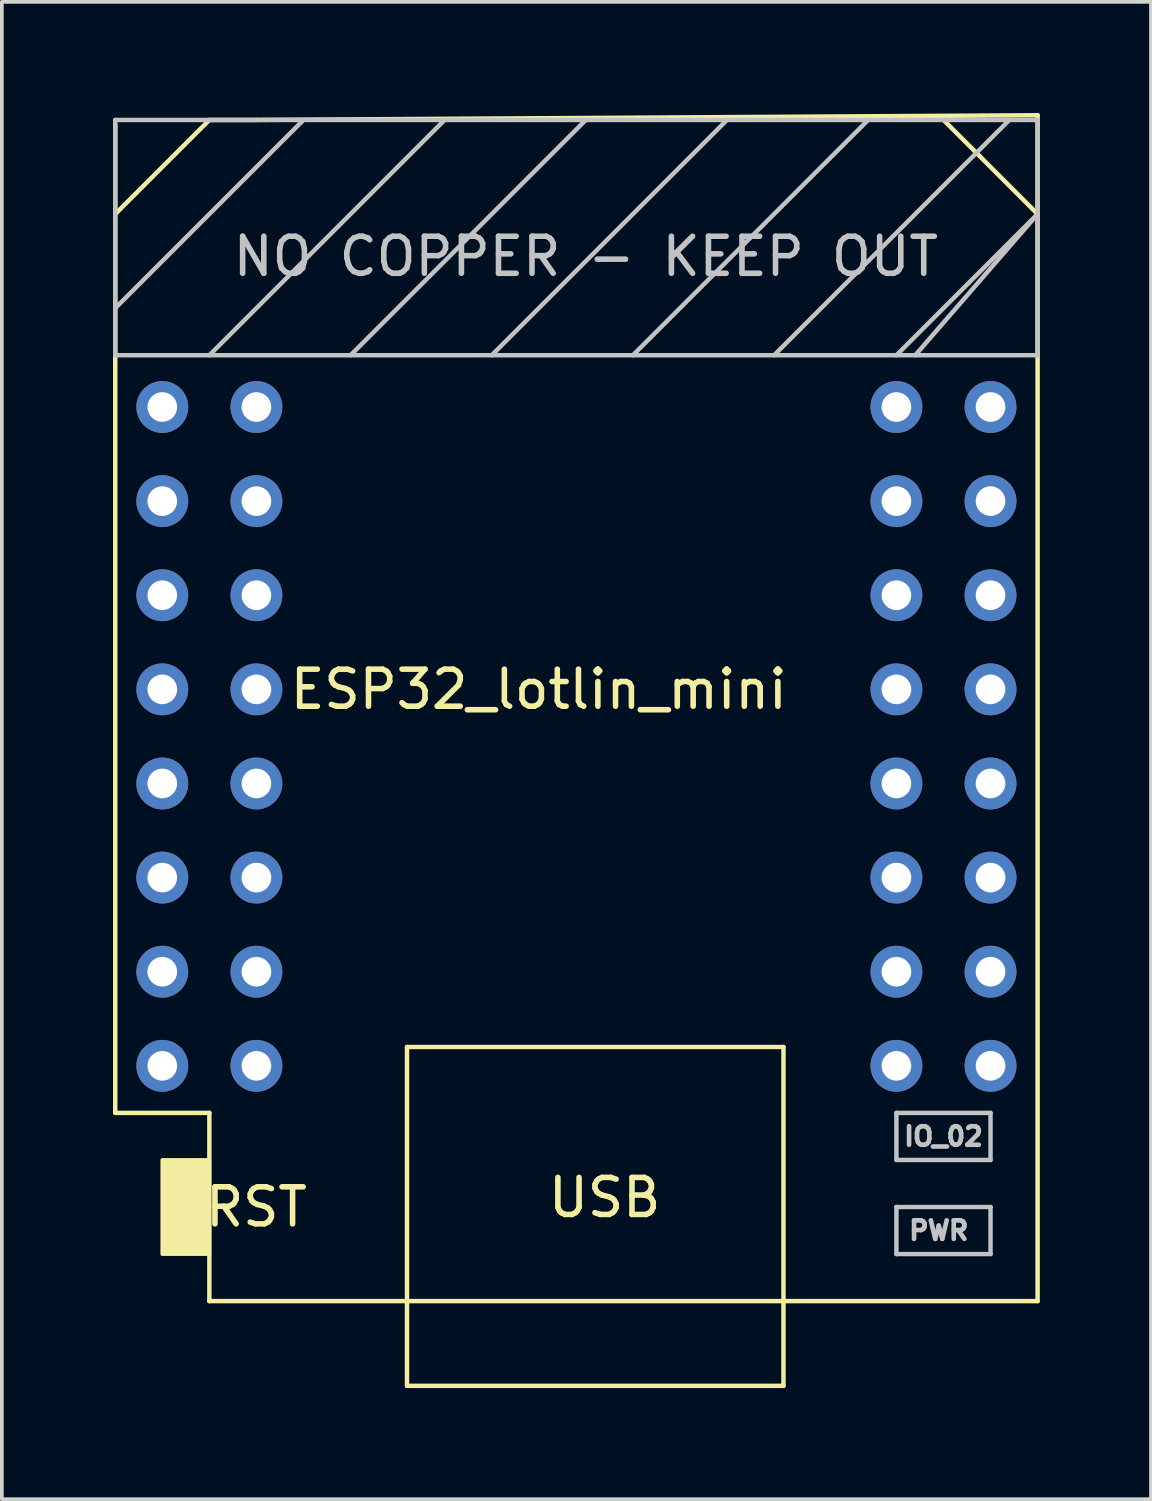
<source format=kicad_pcb>
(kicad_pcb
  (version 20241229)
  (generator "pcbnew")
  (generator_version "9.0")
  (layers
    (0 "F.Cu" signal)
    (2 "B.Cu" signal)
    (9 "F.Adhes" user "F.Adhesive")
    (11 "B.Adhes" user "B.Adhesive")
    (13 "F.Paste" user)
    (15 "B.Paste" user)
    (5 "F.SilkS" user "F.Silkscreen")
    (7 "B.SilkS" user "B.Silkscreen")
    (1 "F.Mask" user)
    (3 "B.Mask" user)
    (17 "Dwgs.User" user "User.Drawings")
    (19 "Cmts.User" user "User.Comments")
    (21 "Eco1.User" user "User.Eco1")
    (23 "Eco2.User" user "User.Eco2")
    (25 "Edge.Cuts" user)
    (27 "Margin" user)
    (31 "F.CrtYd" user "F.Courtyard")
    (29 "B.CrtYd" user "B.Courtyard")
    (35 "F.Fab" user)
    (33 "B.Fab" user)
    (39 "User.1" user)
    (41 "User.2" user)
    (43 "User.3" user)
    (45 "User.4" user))
  (footprint "ESP32_lotlin_mini"
    (layer "F.Cu")
    (at 15.3 14.284)
    (property "Reference" "ESP32_lotlin_mini" (at -3.81 1.27 0) (layer "F.SilkS") (effects (font (size 1 1) (thickness 0.15))))
    (attr through_hole)
    (fp_line (start -15.24 -13.97) (end -15.24 12.7) (stroke (width 0.12) (type solid)) (layer "F.SilkS"))
    (fp_line (start -15.24 12.7) (end -12.7 12.7) (stroke (width 0.12) (type solid)) (layer "F.SilkS"))
    (fp_line (start -12.7 -14.097) (end -15.24 -11.557) (stroke (width 0.12) (type solid)) (layer "F.SilkS"))
    (fp_line (start -12.7 -14.097) (end -11.43 -14.097) (stroke (width 0.12) (type solid)) (layer "F.SilkS"))
    (fp_line (start -12.7 12.7) (end -12.7 17.78) (stroke (width 0.12) (type solid)) (layer "F.SilkS"))
    (fp_line (start -12.7 17.78) (end 9.652 17.78) (stroke (width 0.12) (type solid)) (layer "F.SilkS"))
    (fp_line (start -7.366 10.922) (end 2.794 10.922) (stroke (width 0.12) (type solid)) (layer "F.SilkS"))
    (fp_line (start -7.366 20.066) (end -7.366 10.922) (stroke (width 0.12) (type solid)) (layer "F.SilkS"))
    (fp_line (start -7.366 20.066) (end 2.794 20.066) (stroke (width 0.12) (type solid)) (layer "F.SilkS"))
    (fp_line (start 2.794 20.066) (end 2.794 10.922) (stroke (width 0.12) (type solid)) (layer "F.SilkS"))
    (fp_line (start 7.112 -14.097) (end 9.652 -11.557) (stroke (width 0.12) (type solid)) (layer "F.SilkS"))
    (fp_line (start 9.652 -14.224) (end -11.43 -14.097) (stroke (width 0.12) (type solid)) (layer "F.SilkS"))
    (fp_line (start 9.652 -14.224) (end 9.652 17.78) (stroke (width 0.12) (type solid)) (layer "F.SilkS"))
    (fp_poly (pts (xy -13.97 16.51) (xy -13.97 13.97) (xy -12.7 13.97) (xy -12.7 16.51)) (stroke (width 0.1) (type solid)) (fill yes) (layer "F.SilkS"))
    (fp_line (start -15.24 -14.097) (end -15.24 -7.747) (stroke (width 0.12) (type solid)) (layer "Dwgs.User"))
    (fp_line (start -15.24 -7.747) (end 9.652 -7.747) (stroke (width 0.12) (type solid)) (layer "Dwgs.User"))
    (fp_line (start -10.16 -14.097) (end -15.24 -9.017) (stroke (width 0.12) (type solid)) (layer "Dwgs.User"))
    (fp_line (start -6.35 -14.097) (end -12.7 -7.747) (stroke (width 0.12) (type solid)) (layer "Dwgs.User"))
    (fp_line (start -2.54 -14.097) (end -8.89 -7.747) (stroke (width 0.12) (type solid)) (layer "Dwgs.User"))
    (fp_line (start 1.27 -14.097) (end -5.08 -7.747) (stroke (width 0.12) (type solid)) (layer "Dwgs.User"))
    (fp_line (start 5.08 -14.097) (end -1.27 -7.747) (stroke (width 0.12) (type solid)) (layer "Dwgs.User"))
    (fp_line (start 5.842 12.7) (end 5.842 13.97) (stroke (width 0.12) (type solid)) (layer "Dwgs.User"))
    (fp_line (start 5.842 13.97) (end 8.382 13.97) (stroke (width 0.12) (type solid)) (layer "Dwgs.User"))
    (fp_line (start 5.842 15.24) (end 8.382 15.24) (stroke (width 0.12) (type solid)) (layer "Dwgs.User"))
    (fp_line (start 5.842 16.51) (end 5.842 15.24) (stroke (width 0.12) (type solid)) (layer "Dwgs.User"))
    (fp_line (start 8.382 12.7) (end 5.842 12.7) (stroke (width 0.12) (type solid)) (layer "Dwgs.User"))
    (fp_line (start 8.382 13.97) (end 8.382 12.7) (stroke (width 0.12) (type solid)) (layer "Dwgs.User"))
    (fp_line (start 8.382 15.24) (end 8.382 16.51) (stroke (width 0.12) (type solid)) (layer "Dwgs.User"))
    (fp_line (start 8.382 16.51) (end 5.842 16.51) (stroke (width 0.12) (type solid)) (layer "Dwgs.User"))
    (fp_line (start 8.89 -14.097) (end 2.54 -7.747) (stroke (width 0.12) (type solid)) (layer "Dwgs.User"))
    (fp_line (start 9.652 -14.097) (end -15.24 -14.097) (stroke (width 0.12) (type solid)) (layer "Dwgs.User"))
    (fp_line (start 9.652 -11.557) (end 5.842 -7.747) (stroke (width 0.12) (type solid)) (layer "Dwgs.User"))
    (fp_line (start 9.652 -11.557) (end 6.35 -7.747) (stroke (width 0.12) (type solid)) (layer "Dwgs.User"))
    (fp_line (start 9.652 -7.747) (end 9.652 -14.097) (stroke (width 0.12) (type solid)) (layer "Dwgs.User"))
    (fp_text user "USB" (at -2.032 14.986 0) (layer "F.SilkS") (effects (font (size 1 1) (thickness 0.15))))
    (fp_text user "RST" (at -11.43 15.24 0) (layer "F.SilkS") (effects (font (size 1 1) (thickness 0.15))))
    (fp_text user "PWR" (at 6.985 15.875 0) (layer "Dwgs.User") (effects (font (size 0.5 0.5) (thickness 0.125))))
    (fp_text user "NO COPPER - KEEP OUT" (at -2.54 -10.414 0) (layer "Dwgs.User") (effects (font (size 1 1) (thickness 0.15))))
    (fp_text user "IO_02" (at 7.112 13.335 0) (layer "Dwgs.User") (effects (font (size 0.5 0.5) (thickness 0.125))))
    (pad "0" thru_hole circle (at -13.97 -6.35 270) (size 1.4 1.4) (drill 0.8) (layers "*.Cu" "*.Mask"))
    (pad "1" thru_hole circle (at -11.43 -6.35 270) (size 1.4 1.4) (drill 0.8) (layers "*.Cu" "*.Mask"))
    (pad "2" thru_hole circle (at -11.43 -3.81 270) (size 1.4 1.4) (drill 0.8) (layers "*.Cu" "*.Mask"))
    (pad "3" thru_hole circle (at -13.97 -3.81 270) (size 1.4 1.4) (drill 0.8) (layers "*.Cu" "*.Mask"))
    (pad "3v3" thru_hole circle (at -13.97 11.43 270) (size 1.4 1.4) (drill 0.8) (layers "*.Cu" "*.Mask"))
    (pad "4" thru_hole circle (at -11.43 -1.27 270) (size 1.4 1.4) (drill 0.8) (layers "*.Cu" "*.Mask"))
    (pad "5" thru_hole circle (at -13.97 -1.27 270) (size 1.4 1.4) (drill 0.8) (layers "*.Cu" "*.Mask"))
    (pad "6" thru_hole circle (at -11.43 1.27 270) (size 1.4 1.4) (drill 0.8) (layers "*.Cu" "*.Mask"))
    (pad "7" thru_hole circle (at -13.97 1.27 270) (size 1.4 1.4) (drill 0.8) (layers "*.Cu" "*.Mask"))
    (pad "8" thru_hole circle (at -11.43 3.81 270) (size 1.4 1.4) (drill 0.8) (layers "*.Cu" "*.Mask"))
    (pad "9" thru_hole circle (at -13.97 3.81 270) (size 1.4 1.4) (drill 0.8) (layers "*.Cu" "*.Mask"))
    (pad "10" thru_hole circle (at -11.43 6.35 270) (size 1.4 1.4) (drill 0.8) (layers "*.Cu" "*.Mask"))
    (pad "11" thru_hole circle (at -13.97 6.35 270) (size 1.4 1.4) (drill 0.8) (layers "*.Cu" "*.Mask"))
    (pad "12" thru_hole circle (at -13.97 8.89 270) (size 1.4 1.4) (drill 0.8) (layers "*.Cu" "*.Mask"))
    (pad "13" thru_hole circle (at -11.43 8.89 270) (size 1.4 1.4) (drill 0.8) (layers "*.Cu" "*.Mask"))
    (pad "14" thru_hole circle (at -11.43 11.43 270) (size 1.4 1.4) (drill 0.8) (layers "*.Cu" "*.Mask"))
    (pad "15" thru_hole circle (at 5.842 11.43 270) (size 1.4 1.4) (drill 0.8) (layers "*.Cu" "*.Mask"))
    (pad "16" thru_hole circle (at 8.382 6.35 270) (size 1.4 1.4) (drill 0.8) (layers "*.Cu" "*.Mask"))
    (pad "17" thru_hole circle (at 5.842 6.35 270) (size 1.4 1.4) (drill 0.8) (layers "*.Cu" "*.Mask"))
    (pad "18" thru_hole circle (at 8.382 3.81 270) (size 1.4 1.4) (drill 0.8) (layers "*.Cu" "*.Mask"))
    (pad "21" thru_hole circle (at 5.842 3.81 270) (size 1.4 1.4) (drill 0.8) (layers "*.Cu" "*.Mask"))
    (pad "33" thru_hole circle (at 8.382 1.27 270) (size 1.4 1.4) (drill 0.8) (layers "*.Cu" "*.Mask"))
    (pad "34" thru_hole circle (at 5.842 1.27 270) (size 1.4 1.4) (drill 0.8) (layers "*.Cu" "*.Mask"))
    (pad "35" thru_hole circle (at 8.382 -1.27 270) (size 1.4 1.4) (drill 0.8) (layers "*.Cu" "*.Mask"))
    (pad "36" thru_hole circle (at 5.842 -1.27 270) (size 1.4 1.4) (drill 0.8) (layers "*.Cu" "*.Mask"))
    (pad "37" thru_hole circle (at 8.382 -3.81 270) (size 1.4 1.4) (drill 0.8) (layers "*.Cu" "*.Mask"))
    (pad "38" thru_hole circle (at 5.842 -3.81 270) (size 1.4 1.4) (drill 0.8) (layers "*.Cu" "*.Mask"))
    (pad "39" thru_hole circle (at 8.382 -6.35 270) (size 1.4 1.4) (drill 0.8) (layers "*.Cu" "*.Mask"))
    (pad "40" thru_hole circle (at 5.842 -6.35 270) (size 1.4 1.4) (drill 0.8) (layers "*.Cu" "*.Mask"))
    (pad "GND" thru_hole circle (at 5.842 8.89 270) (size 1.4 1.4) (drill 0.8) (layers "*.Cu" "*.Mask"))
    (pad "GND" thru_hole circle (at 8.382 8.89 270) (size 1.4 1.4) (drill 0.8) (layers "*.Cu" "*.Mask"))
    (pad "VBUS" thru_hole circle (at 8.382 11.43 270) (size 1.4 1.4) (drill 0.8) (layers "*.Cu" "*.Mask")))
  (gr_rect
    (start -3 -3)
    (end 28.012 37.41)
    (stroke (width 0.1) (type default))
    (fill no)
    (layer "Edge.Cuts")))
</source>
